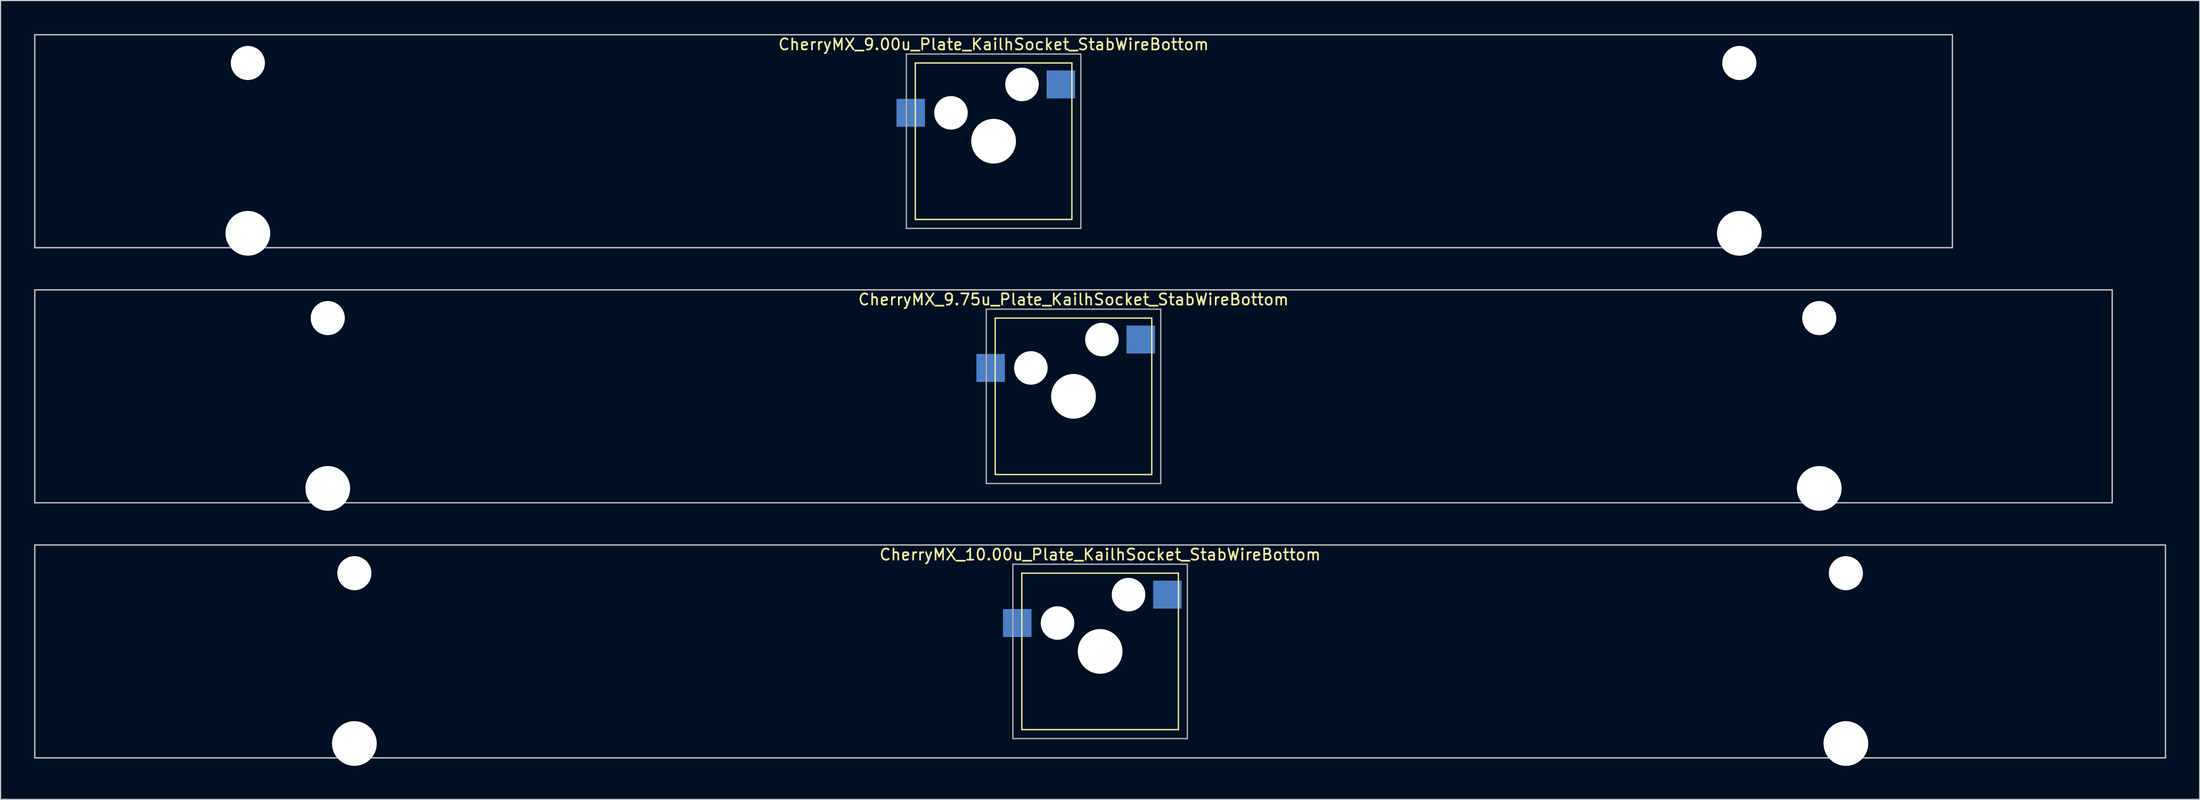
<source format=kicad_pcb>
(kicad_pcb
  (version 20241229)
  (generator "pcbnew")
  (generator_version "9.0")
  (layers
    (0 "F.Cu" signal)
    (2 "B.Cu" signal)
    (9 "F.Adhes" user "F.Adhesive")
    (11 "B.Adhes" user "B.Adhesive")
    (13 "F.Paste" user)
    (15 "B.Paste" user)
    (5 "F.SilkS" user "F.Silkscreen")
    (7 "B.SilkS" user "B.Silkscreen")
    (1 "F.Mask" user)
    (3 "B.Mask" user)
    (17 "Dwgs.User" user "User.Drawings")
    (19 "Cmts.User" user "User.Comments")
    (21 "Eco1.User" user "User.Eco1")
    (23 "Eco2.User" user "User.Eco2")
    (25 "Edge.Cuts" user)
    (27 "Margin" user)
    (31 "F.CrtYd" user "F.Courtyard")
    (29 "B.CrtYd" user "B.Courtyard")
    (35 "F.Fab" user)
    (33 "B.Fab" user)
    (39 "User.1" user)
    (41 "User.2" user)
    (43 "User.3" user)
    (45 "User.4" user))
  (footprint "CherryMX_10.00u_Plate_KailhSocket_StabWireBottom"
    (layer "F.Cu")
    (at 95.31 55.235)
    (property "Reference" "CherryMX_10.00u_Plate_KailhSocket_StabWireBottom" (at 0 -8.662 0) (layer "F.SilkS") (effects (font (size 1 1) (thickness 0.15))))
    (attr through_hole)
    (fp_line (start -7 -7) (end -7 7) (stroke (width 0.12) (type solid)) (layer "F.SilkS"))
    (fp_line (start -7 -7) (end 7 -7) (stroke (width 0.12) (type solid)) (layer "F.SilkS"))
    (fp_line (start 7 -7) (end 7 7) (stroke (width 0.12) (type solid)) (layer "F.SilkS"))
    (fp_line (start 7 7) (end -7 7) (stroke (width 0.12) (type solid)) (layer "F.SilkS"))
    (fp_line (start -95.25 -9.525) (end 95.25 -9.525) (stroke (width 0.12) (type solid)) (layer "Dwgs.User"))
    (fp_line (start -95.25 9.525) (end -95.25 -9.525) (stroke (width 0.12) (type solid)) (layer "Dwgs.User"))
    (fp_line (start 95.25 -9.525) (end 95.25 9.525) (stroke (width 0.12) (type solid)) (layer "Dwgs.User"))
    (fp_line (start 95.25 9.525) (end -95.25 9.525) (stroke (width 0.12) (type solid)) (layer "Dwgs.User"))
    (fp_line (start -7.8 -7.8) (end -7.8 7.8) (stroke (width 0.12) (type solid)) (layer "F.Fab"))
    (fp_line (start -7.8 -7.8) (end 7.8 -7.8) (stroke (width 0.12) (type solid)) (layer "F.Fab"))
    (fp_line (start -7.8 7.8) (end 7.8 7.8) (stroke (width 0.12) (type solid)) (layer "F.Fab"))
    (fp_line (start 7.8 -7.8) (end 7.8 7.8) (stroke (width 0.12) (type solid)) (layer "F.Fab"))
    (pad "" np_thru_hole circle (at -66.675 -7) (size 3.05 3.05) (drill 3.05) (layers "*.Cu" "*.Mask"))
    (pad "" np_thru_hole circle (at -66.675 8.24) (size 4 4) (drill 4) (layers "*.Cu" "*.Mask"))
    (pad "" np_thru_hole circle (at -3.81 -2.54) (size 3 3) (drill 3) (layers "*.Cu" "*.Mask"))
    (pad "" np_thru_hole circle (at 0 0) (size 4 4) (drill 4) (layers "*.Cu" "*.Mask"))
    (pad "" np_thru_hole circle (at 2.54 -5.08) (size 3 3) (drill 3) (layers "*.Cu" "*.Mask"))
    (pad "" np_thru_hole circle (at 66.675 -7) (size 3.05 3.05) (drill 3.05) (layers "*.Cu" "*.Mask"))
    (pad "" np_thru_hole circle (at 66.675 8.24) (size 4 4) (drill 4) (layers "*.Cu" "*.Mask"))
    (pad "1" smd rect (at -7.41 -2.54) (size 2.55 2.5) (layers "B.Cu" "B.Mask" "B.Paste"))
    (pad "2" smd rect (at 6.015 -5.08) (size 2.55 2.5) (layers "B.Cu" "B.Mask" "B.Paste")))
  (footprint "CherryMX_9.00u_Plate_KailhSocket_StabWireBottom"
    (layer "F.Cu")
    (at 85.785 9.585)
    (property "Reference" "CherryMX_9.00u_Plate_KailhSocket_StabWireBottom" (at 0 -8.662 0) (layer "F.SilkS") (effects (font (size 1 1) (thickness 0.15))))
    (attr through_hole)
    (fp_line (start -7 -7) (end -7 7) (stroke (width 0.12) (type solid)) (layer "F.SilkS"))
    (fp_line (start -7 -7) (end 7 -7) (stroke (width 0.12) (type solid)) (layer "F.SilkS"))
    (fp_line (start 7 -7) (end 7 7) (stroke (width 0.12) (type solid)) (layer "F.SilkS"))
    (fp_line (start 7 7) (end -7 7) (stroke (width 0.12) (type solid)) (layer "F.SilkS"))
    (fp_line (start -85.725 -9.525) (end 85.725 -9.525) (stroke (width 0.12) (type solid)) (layer "Dwgs.User"))
    (fp_line (start -85.725 9.525) (end -85.725 -9.525) (stroke (width 0.12) (type solid)) (layer "Dwgs.User"))
    (fp_line (start 85.725 -9.525) (end 85.725 9.525) (stroke (width 0.12) (type solid)) (layer "Dwgs.User"))
    (fp_line (start 85.725 9.525) (end -85.725 9.525) (stroke (width 0.12) (type solid)) (layer "Dwgs.User"))
    (fp_line (start -7.8 -7.8) (end -7.8 7.8) (stroke (width 0.12) (type solid)) (layer "F.Fab"))
    (fp_line (start -7.8 -7.8) (end 7.8 -7.8) (stroke (width 0.12) (type solid)) (layer "F.Fab"))
    (fp_line (start -7.8 7.8) (end 7.8 7.8) (stroke (width 0.12) (type solid)) (layer "F.Fab"))
    (fp_line (start 7.8 -7.8) (end 7.8 7.8) (stroke (width 0.12) (type solid)) (layer "F.Fab"))
    (pad "" np_thru_hole circle (at -66.675 -7) (size 3.05 3.05) (drill 3.05) (layers "*.Cu" "*.Mask"))
    (pad "" np_thru_hole circle (at -66.675 8.24) (size 4 4) (drill 4) (layers "*.Cu" "*.Mask"))
    (pad "" np_thru_hole circle (at -3.81 -2.54) (size 3 3) (drill 3) (layers "*.Cu" "*.Mask"))
    (pad "" np_thru_hole circle (at 0 0) (size 4 4) (drill 4) (layers "*.Cu" "*.Mask"))
    (pad "" np_thru_hole circle (at 2.54 -5.08) (size 3 3) (drill 3) (layers "*.Cu" "*.Mask"))
    (pad "" np_thru_hole circle (at 66.675 -7) (size 3.05 3.05) (drill 3.05) (layers "*.Cu" "*.Mask"))
    (pad "" np_thru_hole circle (at 66.675 8.24) (size 4 4) (drill 4) (layers "*.Cu" "*.Mask"))
    (pad "1" smd rect (at -7.41 -2.54) (size 2.55 2.5) (layers "B.Cu" "B.Mask" "B.Paste"))
    (pad "2" smd rect (at 6.015 -5.08) (size 2.55 2.5) (layers "B.Cu" "B.Mask" "B.Paste")))
  (footprint "CherryMX_9.75u_Plate_KailhSocket_StabWireBottom"
    (layer "F.Cu")
    (at 92.929 32.41)
    (property "Reference" "CherryMX_9.75u_Plate_KailhSocket_StabWireBottom" (at 0 -8.662 0) (layer "F.SilkS") (effects (font (size 1 1) (thickness 0.15))))
    (attr through_hole)
    (fp_line (start -7 -7) (end -7 7) (stroke (width 0.12) (type solid)) (layer "F.SilkS"))
    (fp_line (start -7 -7) (end 7 -7) (stroke (width 0.12) (type solid)) (layer "F.SilkS"))
    (fp_line (start 7 -7) (end 7 7) (stroke (width 0.12) (type solid)) (layer "F.SilkS"))
    (fp_line (start 7 7) (end -7 7) (stroke (width 0.12) (type solid)) (layer "F.SilkS"))
    (fp_line (start -92.869 -9.525) (end 92.869 -9.525) (stroke (width 0.12) (type solid)) (layer "Dwgs.User"))
    (fp_line (start -92.869 9.525) (end -92.869 -9.525) (stroke (width 0.12) (type solid)) (layer "Dwgs.User"))
    (fp_line (start 92.869 -9.525) (end 92.869 9.525) (stroke (width 0.12) (type solid)) (layer "Dwgs.User"))
    (fp_line (start 92.869 9.525) (end -92.869 9.525) (stroke (width 0.12) (type solid)) (layer "Dwgs.User"))
    (fp_line (start -7.8 -7.8) (end -7.8 7.8) (stroke (width 0.12) (type solid)) (layer "F.Fab"))
    (fp_line (start -7.8 -7.8) (end 7.8 -7.8) (stroke (width 0.12) (type solid)) (layer "F.Fab"))
    (fp_line (start -7.8 7.8) (end 7.8 7.8) (stroke (width 0.12) (type solid)) (layer "F.Fab"))
    (fp_line (start 7.8 -7.8) (end 7.8 7.8) (stroke (width 0.12) (type solid)) (layer "F.Fab"))
    (pad "" np_thru_hole circle (at -66.675 -7) (size 3.05 3.05) (drill 3.05) (layers "*.Cu" "*.Mask"))
    (pad "" np_thru_hole circle (at -66.675 8.24) (size 4 4) (drill 4) (layers "*.Cu" "*.Mask"))
    (pad "" np_thru_hole circle (at -3.81 -2.54) (size 3 3) (drill 3) (layers "*.Cu" "*.Mask"))
    (pad "" np_thru_hole circle (at 0 0) (size 4 4) (drill 4) (layers "*.Cu" "*.Mask"))
    (pad "" np_thru_hole circle (at 2.54 -5.08) (size 3 3) (drill 3) (layers "*.Cu" "*.Mask"))
    (pad "" np_thru_hole circle (at 66.675 -7) (size 3.05 3.05) (drill 3.05) (layers "*.Cu" "*.Mask"))
    (pad "" np_thru_hole circle (at 66.675 8.24) (size 4 4) (drill 4) (layers "*.Cu" "*.Mask"))
    (pad "1" smd rect (at -7.41 -2.54) (size 2.55 2.5) (layers "B.Cu" "B.Mask" "B.Paste"))
    (pad "2" smd rect (at 6.015 -5.08) (size 2.55 2.5) (layers "B.Cu" "B.Mask" "B.Paste")))
  (gr_rect
    (start -3 -3)
    (end 193.62 68.475)
    (stroke (width 0.1) (type default))
    (fill no)
    (layer "Edge.Cuts")))
</source>
